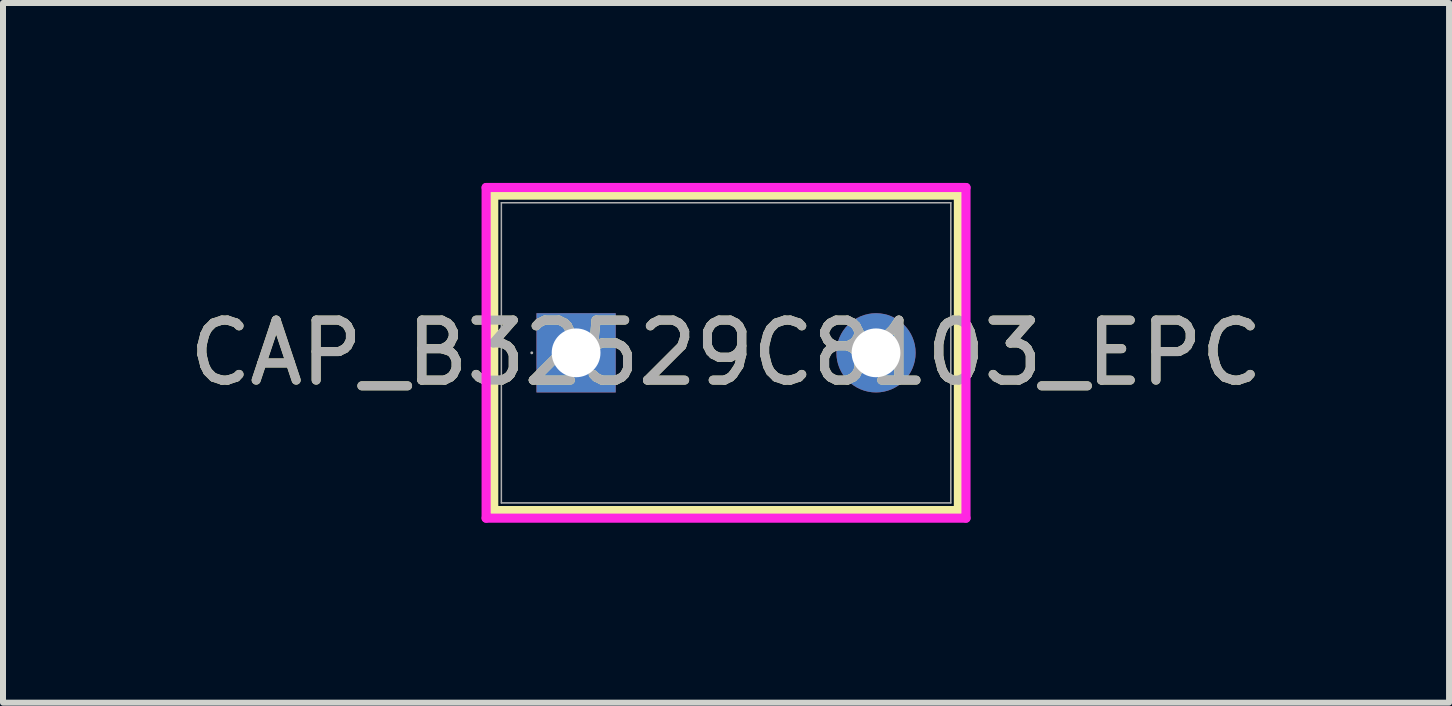
<source format=kicad_pcb>
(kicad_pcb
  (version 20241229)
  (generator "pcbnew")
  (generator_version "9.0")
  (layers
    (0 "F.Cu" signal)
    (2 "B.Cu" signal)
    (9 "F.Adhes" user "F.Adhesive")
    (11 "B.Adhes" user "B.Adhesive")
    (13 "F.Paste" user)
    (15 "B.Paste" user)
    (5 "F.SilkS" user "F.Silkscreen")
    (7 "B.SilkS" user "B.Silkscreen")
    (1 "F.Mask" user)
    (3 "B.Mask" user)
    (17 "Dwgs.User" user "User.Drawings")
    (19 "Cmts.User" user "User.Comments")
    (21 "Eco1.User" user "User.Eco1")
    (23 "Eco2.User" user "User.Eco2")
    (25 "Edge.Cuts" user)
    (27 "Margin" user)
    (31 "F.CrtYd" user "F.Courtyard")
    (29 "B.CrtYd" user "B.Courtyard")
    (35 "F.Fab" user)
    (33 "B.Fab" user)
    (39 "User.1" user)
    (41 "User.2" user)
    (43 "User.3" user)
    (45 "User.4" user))
  (footprint "CAP_B32529C8103_EPC"
    (layer "F.Cu")
    (at 6.554 2.832)
    (property "Reference" "CAP_B32529C8103_EPC" (at 2.5 0 0) (unlocked yes) (layer "F.SilkS") (effects (font (size 1 1) (thickness 0.15))))
    (attr through_hole)
    (fp_line (start -1.373 -2.629) (end -1.373 2.629) (stroke (width 0.152) (type solid)) (layer "F.SilkS"))
    (fp_line (start 6.373 -2.629) (end -1.373 -2.629) (stroke (width 0.152) (type solid)) (layer "F.SilkS"))
    (fp_line (start 6.373 -2.629) (end 6.373 2.629) (stroke (width 0.152) (type solid)) (layer "F.SilkS"))
    (fp_line (start 6.373 2.629) (end -1.373 2.629) (stroke (width 0.152) (type solid)) (layer "F.SilkS"))
    (fp_line (start -1.5 -2.756) (end 6.5 -2.756) (stroke (width 0.152) (type solid)) (layer "F.CrtYd"))
    (fp_line (start -1.5 2.756) (end -1.5 -2.756) (stroke (width 0.152) (type solid)) (layer "F.CrtYd"))
    (fp_line (start 6.5 -2.756) (end 6.5 2.756) (stroke (width 0.152) (type solid)) (layer "F.CrtYd"))
    (fp_line (start 6.5 2.756) (end -1.5 2.756) (stroke (width 0.152) (type solid)) (layer "F.CrtYd"))
    (fp_line (start -1.246 -2.502) (end -1.246 2.502) (stroke (width 0.025) (type solid)) (layer "F.Fab"))
    (fp_line (start 6.247 -2.502) (end -1.246 -2.502) (stroke (width 0.025) (type solid)) (layer "F.Fab"))
    (fp_line (start 6.247 -2.502) (end 6.247 2.502) (stroke (width 0.025) (type solid)) (layer "F.Fab"))
    (fp_line (start 6.247 2.502) (end -1.246 2.502) (stroke (width 0.025) (type solid)) (layer "F.Fab"))
    (fp_circle (center -0.739 0) (end -0.739 0) (stroke (width 0.025) (type solid)) (fill no) (layer "F.Fab"))
    (fp_text user "${REFERENCE}" (at 2.5 0 0) (unlocked yes) (layer "F.Fab") (effects (font (size 1 1) (thickness 0.15))))
    (pad "1" thru_hole rect (at 0 0) (size 1.321 1.321) (drill 0.813) (layers "*.Cu" "*.Mask"))
    (pad "2" thru_hole circle (at 5 0) (size 1.321 1.321) (drill 0.813) (layers "*.Cu" "*.Mask")))
  (gr_rect
    (start -3 -3)
    (end 21.107 8.664)
    (stroke (width 0.1) (type default))
    (fill no)
    (layer "Edge.Cuts")))
</source>
